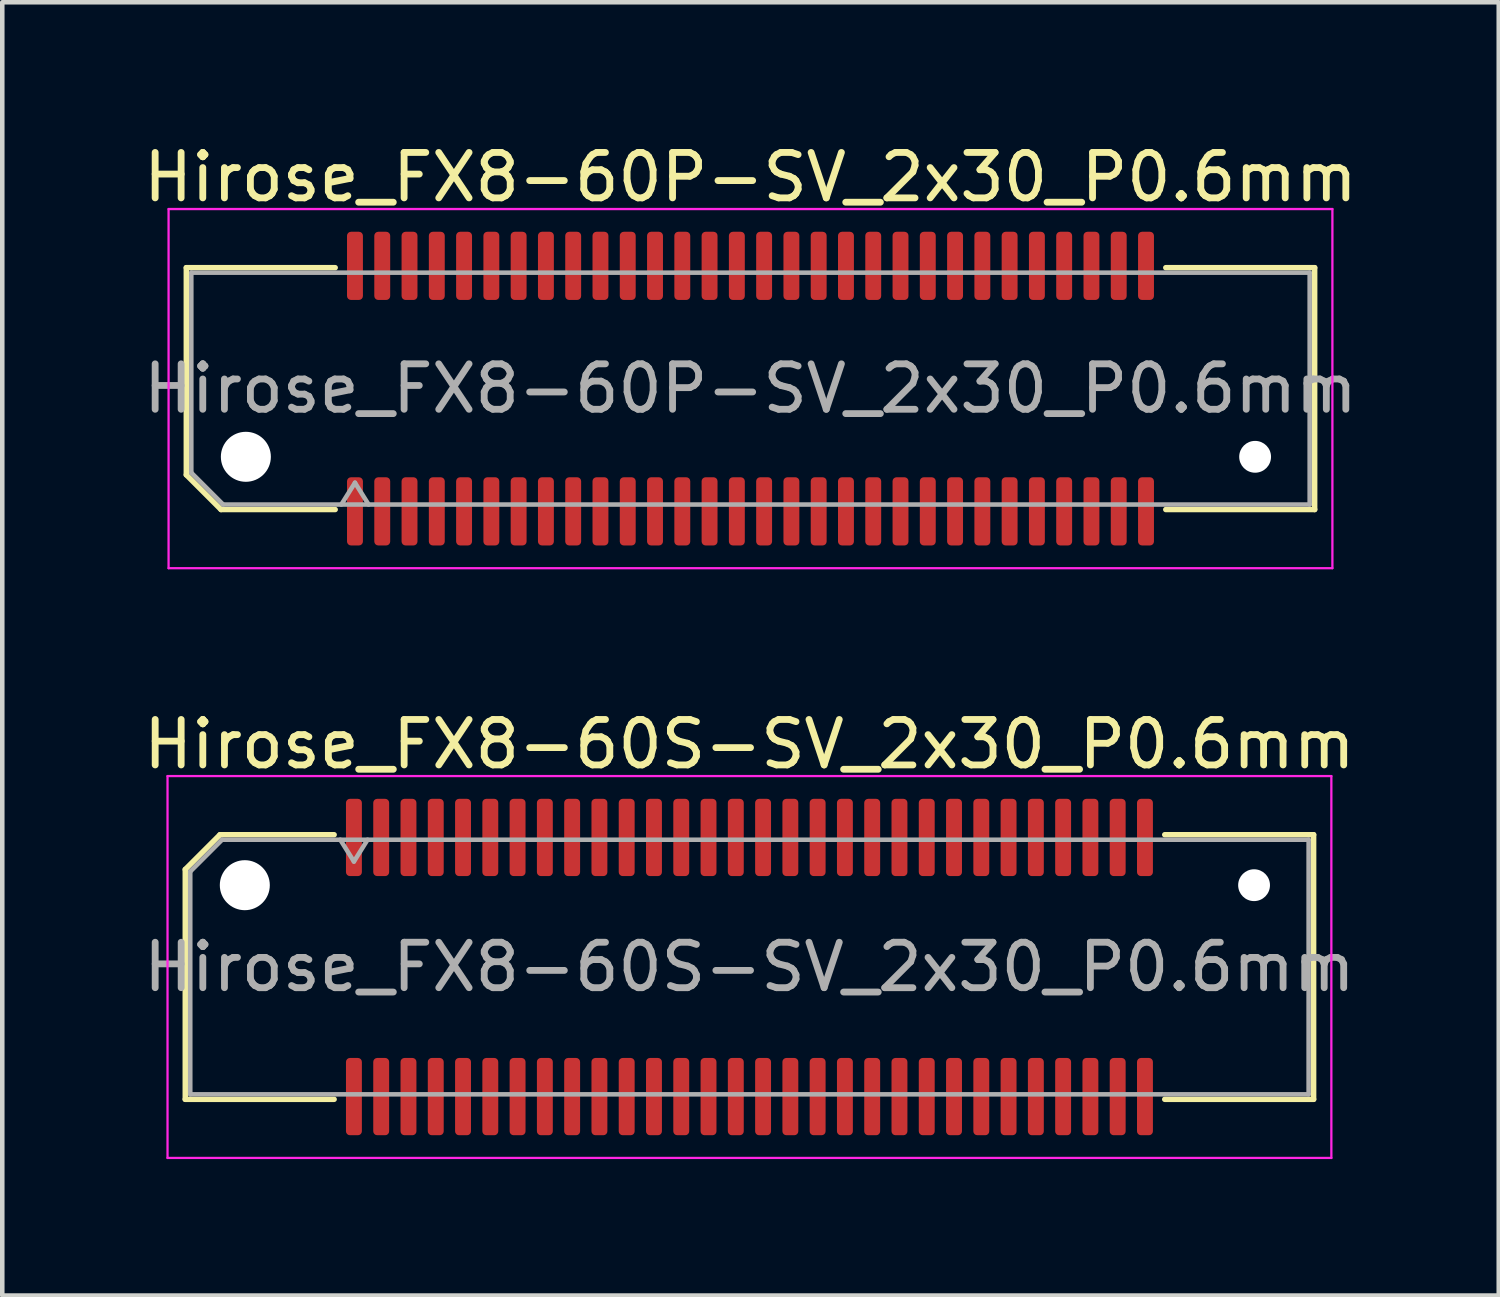
<source format=kicad_pcb>
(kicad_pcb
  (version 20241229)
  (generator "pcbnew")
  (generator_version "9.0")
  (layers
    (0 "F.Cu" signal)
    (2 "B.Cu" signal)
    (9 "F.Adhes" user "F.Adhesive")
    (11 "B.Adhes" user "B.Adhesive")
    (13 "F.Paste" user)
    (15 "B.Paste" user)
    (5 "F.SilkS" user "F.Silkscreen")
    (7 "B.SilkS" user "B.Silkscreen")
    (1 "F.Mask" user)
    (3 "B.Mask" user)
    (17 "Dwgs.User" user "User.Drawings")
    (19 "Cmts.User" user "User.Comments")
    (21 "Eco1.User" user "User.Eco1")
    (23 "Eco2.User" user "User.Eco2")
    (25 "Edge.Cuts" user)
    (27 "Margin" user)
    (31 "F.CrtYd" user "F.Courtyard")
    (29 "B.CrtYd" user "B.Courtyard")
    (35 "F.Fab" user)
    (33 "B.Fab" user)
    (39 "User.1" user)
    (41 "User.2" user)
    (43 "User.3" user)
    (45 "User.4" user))
  (footprint "Hirose_FX8-60S-SV_2x30_P0.6mm"
    (layer "F.Cu")
    (at 13.435 18.221)
    (property "Reference" "Hirose_FX8-60S-SV_2x30_P0.6mm" (at 0 -4.9 0) (layer "F.SilkS") (effects (font (size 1 1) (thickness 0.15))))
    (attr smd)
    (fp_line (start -12.41 -2.146) (end -11.646 -2.91) (stroke (width 0.12) (type solid)) (layer "F.SilkS"))
    (fp_line (start -12.41 2.91) (end -12.41 -2.146) (stroke (width 0.12) (type solid)) (layer "F.SilkS"))
    (fp_line (start -11.646 -2.91) (end -9.135 -2.91) (stroke (width 0.12) (type solid)) (layer "F.SilkS"))
    (fp_line (start -9.135 2.91) (end -12.41 2.91) (stroke (width 0.12) (type solid)) (layer "F.SilkS"))
    (fp_line (start 9.135 -2.91) (end 12.41 -2.91) (stroke (width 0.12) (type solid)) (layer "F.SilkS"))
    (fp_line (start 12.41 -2.91) (end 12.41 2.91) (stroke (width 0.12) (type solid)) (layer "F.SilkS"))
    (fp_line (start 12.41 2.91) (end 9.135 2.91) (stroke (width 0.12) (type solid)) (layer "F.SilkS"))
    (fp_line (start -12.8 -4.2) (end -12.8 4.2) (stroke (width 0.05) (type solid)) (layer "F.CrtYd"))
    (fp_line (start -12.8 4.2) (end 12.8 4.2) (stroke (width 0.05) (type solid)) (layer "F.CrtYd"))
    (fp_line (start 12.8 -4.2) (end -12.8 -4.2) (stroke (width 0.05) (type solid)) (layer "F.CrtYd"))
    (fp_line (start 12.8 4.2) (end 12.8 -4.2) (stroke (width 0.05) (type solid)) (layer "F.CrtYd"))
    (fp_line (start -12.3 -2.1) (end -11.6 -2.8) (stroke (width 0.1) (type solid)) (layer "F.Fab"))
    (fp_line (start -12.3 2.8) (end -12.3 -2.1) (stroke (width 0.1) (type solid)) (layer "F.Fab"))
    (fp_line (start -11.6 -2.8) (end 12.3 -2.8) (stroke (width 0.1) (type solid)) (layer "F.Fab"))
    (fp_line (start -9 -2.8) (end -8.7 -2.32) (stroke (width 0.1) (type solid)) (layer "F.Fab"))
    (fp_line (start -8.7 -2.32) (end -8.4 -2.8) (stroke (width 0.1) (type solid)) (layer "F.Fab"))
    (fp_line (start 12.3 -2.8) (end 12.3 2.8) (stroke (width 0.1) (type solid)) (layer "F.Fab"))
    (fp_line (start 12.3 2.8) (end -12.3 2.8) (stroke (width 0.1) (type solid)) (layer "F.Fab"))
    (fp_text user "${REFERENCE}" (at 0 0 0) (layer "F.Fab") (effects (font (size 1 1) (thickness 0.15))))
    (pad "" np_thru_hole circle (at -11.1 -1.8) (size 1.1 1.1) (drill 1.1) (layers "*.Cu" "*.Mask"))
    (pad "" np_thru_hole circle (at 11.1 -1.8) (size 0.7 0.7) (drill 0.7) (layers "*.Cu" "*.Mask"))
    (pad "1" smd roundrect (at -8.7 -2.85) (size 0.35 1.7) (layers "F.Cu" "F.Mask" "F.Paste") (roundrect_rratio 0.25))
    (pad "2" smd roundrect (at -8.7 2.85) (size 0.35 1.7) (layers "F.Cu" "F.Mask" "F.Paste") (roundrect_rratio 0.25))
    (pad "3" smd roundrect (at -8.1 -2.85) (size 0.35 1.7) (layers "F.Cu" "F.Mask" "F.Paste") (roundrect_rratio 0.25))
    (pad "4" smd roundrect (at -8.1 2.85) (size 0.35 1.7) (layers "F.Cu" "F.Mask" "F.Paste") (roundrect_rratio 0.25))
    (pad "5" smd roundrect (at -7.5 -2.85) (size 0.35 1.7) (layers "F.Cu" "F.Mask" "F.Paste") (roundrect_rratio 0.25))
    (pad "6" smd roundrect (at -7.5 2.85) (size 0.35 1.7) (layers "F.Cu" "F.Mask" "F.Paste") (roundrect_rratio 0.25))
    (pad "7" smd roundrect (at -6.9 -2.85) (size 0.35 1.7) (layers "F.Cu" "F.Mask" "F.Paste") (roundrect_rratio 0.25))
    (pad "8" smd roundrect (at -6.9 2.85) (size 0.35 1.7) (layers "F.Cu" "F.Mask" "F.Paste") (roundrect_rratio 0.25))
    (pad "9" smd roundrect (at -6.3 -2.85) (size 0.35 1.7) (layers "F.Cu" "F.Mask" "F.Paste") (roundrect_rratio 0.25))
    (pad "10" smd roundrect (at -6.3 2.85) (size 0.35 1.7) (layers "F.Cu" "F.Mask" "F.Paste") (roundrect_rratio 0.25))
    (pad "11" smd roundrect (at -5.7 -2.85) (size 0.35 1.7) (layers "F.Cu" "F.Mask" "F.Paste") (roundrect_rratio 0.25))
    (pad "12" smd roundrect (at -5.7 2.85) (size 0.35 1.7) (layers "F.Cu" "F.Mask" "F.Paste") (roundrect_rratio 0.25))
    (pad "13" smd roundrect (at -5.1 -2.85) (size 0.35 1.7) (layers "F.Cu" "F.Mask" "F.Paste") (roundrect_rratio 0.25))
    (pad "14" smd roundrect (at -5.1 2.85) (size 0.35 1.7) (layers "F.Cu" "F.Mask" "F.Paste") (roundrect_rratio 0.25))
    (pad "15" smd roundrect (at -4.5 -2.85) (size 0.35 1.7) (layers "F.Cu" "F.Mask" "F.Paste") (roundrect_rratio 0.25))
    (pad "16" smd roundrect (at -4.5 2.85) (size 0.35 1.7) (layers "F.Cu" "F.Mask" "F.Paste") (roundrect_rratio 0.25))
    (pad "17" smd roundrect (at -3.9 -2.85) (size 0.35 1.7) (layers "F.Cu" "F.Mask" "F.Paste") (roundrect_rratio 0.25))
    (pad "18" smd roundrect (at -3.9 2.85) (size 0.35 1.7) (layers "F.Cu" "F.Mask" "F.Paste") (roundrect_rratio 0.25))
    (pad "19" smd roundrect (at -3.3 -2.85) (size 0.35 1.7) (layers "F.Cu" "F.Mask" "F.Paste") (roundrect_rratio 0.25))
    (pad "20" smd roundrect (at -3.3 2.85) (size 0.35 1.7) (layers "F.Cu" "F.Mask" "F.Paste") (roundrect_rratio 0.25))
    (pad "21" smd roundrect (at -2.7 -2.85) (size 0.35 1.7) (layers "F.Cu" "F.Mask" "F.Paste") (roundrect_rratio 0.25))
    (pad "22" smd roundrect (at -2.7 2.85) (size 0.35 1.7) (layers "F.Cu" "F.Mask" "F.Paste") (roundrect_rratio 0.25))
    (pad "23" smd roundrect (at -2.1 -2.85) (size 0.35 1.7) (layers "F.Cu" "F.Mask" "F.Paste") (roundrect_rratio 0.25))
    (pad "24" smd roundrect (at -2.1 2.85) (size 0.35 1.7) (layers "F.Cu" "F.Mask" "F.Paste") (roundrect_rratio 0.25))
    (pad "25" smd roundrect (at -1.5 -2.85) (size 0.35 1.7) (layers "F.Cu" "F.Mask" "F.Paste") (roundrect_rratio 0.25))
    (pad "26" smd roundrect (at -1.5 2.85) (size 0.35 1.7) (layers "F.Cu" "F.Mask" "F.Paste") (roundrect_rratio 0.25))
    (pad "27" smd roundrect (at -0.9 -2.85) (size 0.35 1.7) (layers "F.Cu" "F.Mask" "F.Paste") (roundrect_rratio 0.25))
    (pad "28" smd roundrect (at -0.9 2.85) (size 0.35 1.7) (layers "F.Cu" "F.Mask" "F.Paste") (roundrect_rratio 0.25))
    (pad "29" smd roundrect (at -0.3 -2.85) (size 0.35 1.7) (layers "F.Cu" "F.Mask" "F.Paste") (roundrect_rratio 0.25))
    (pad "30" smd roundrect (at -0.3 2.85) (size 0.35 1.7) (layers "F.Cu" "F.Mask" "F.Paste") (roundrect_rratio 0.25))
    (pad "31" smd roundrect (at 0.3 -2.85) (size 0.35 1.7) (layers "F.Cu" "F.Mask" "F.Paste") (roundrect_rratio 0.25))
    (pad "32" smd roundrect (at 0.3 2.85) (size 0.35 1.7) (layers "F.Cu" "F.Mask" "F.Paste") (roundrect_rratio 0.25))
    (pad "33" smd roundrect (at 0.9 -2.85) (size 0.35 1.7) (layers "F.Cu" "F.Mask" "F.Paste") (roundrect_rratio 0.25))
    (pad "34" smd roundrect (at 0.9 2.85) (size 0.35 1.7) (layers "F.Cu" "F.Mask" "F.Paste") (roundrect_rratio 0.25))
    (pad "35" smd roundrect (at 1.5 -2.85) (size 0.35 1.7) (layers "F.Cu" "F.Mask" "F.Paste") (roundrect_rratio 0.25))
    (pad "36" smd roundrect (at 1.5 2.85) (size 0.35 1.7) (layers "F.Cu" "F.Mask" "F.Paste") (roundrect_rratio 0.25))
    (pad "37" smd roundrect (at 2.1 -2.85) (size 0.35 1.7) (layers "F.Cu" "F.Mask" "F.Paste") (roundrect_rratio 0.25))
    (pad "38" smd roundrect (at 2.1 2.85) (size 0.35 1.7) (layers "F.Cu" "F.Mask" "F.Paste") (roundrect_rratio 0.25))
    (pad "39" smd roundrect (at 2.7 -2.85) (size 0.35 1.7) (layers "F.Cu" "F.Mask" "F.Paste") (roundrect_rratio 0.25))
    (pad "40" smd roundrect (at 2.7 2.85) (size 0.35 1.7) (layers "F.Cu" "F.Mask" "F.Paste") (roundrect_rratio 0.25))
    (pad "41" smd roundrect (at 3.3 -2.85) (size 0.35 1.7) (layers "F.Cu" "F.Mask" "F.Paste") (roundrect_rratio 0.25))
    (pad "42" smd roundrect (at 3.3 2.85) (size 0.35 1.7) (layers "F.Cu" "F.Mask" "F.Paste") (roundrect_rratio 0.25))
    (pad "43" smd roundrect (at 3.9 -2.85) (size 0.35 1.7) (layers "F.Cu" "F.Mask" "F.Paste") (roundrect_rratio 0.25))
    (pad "44" smd roundrect (at 3.9 2.85) (size 0.35 1.7) (layers "F.Cu" "F.Mask" "F.Paste") (roundrect_rratio 0.25))
    (pad "45" smd roundrect (at 4.5 -2.85) (size 0.35 1.7) (layers "F.Cu" "F.Mask" "F.Paste") (roundrect_rratio 0.25))
    (pad "46" smd roundrect (at 4.5 2.85) (size 0.35 1.7) (layers "F.Cu" "F.Mask" "F.Paste") (roundrect_rratio 0.25))
    (pad "47" smd roundrect (at 5.1 -2.85) (size 0.35 1.7) (layers "F.Cu" "F.Mask" "F.Paste") (roundrect_rratio 0.25))
    (pad "48" smd roundrect (at 5.1 2.85) (size 0.35 1.7) (layers "F.Cu" "F.Mask" "F.Paste") (roundrect_rratio 0.25))
    (pad "49" smd roundrect (at 5.7 -2.85) (size 0.35 1.7) (layers "F.Cu" "F.Mask" "F.Paste") (roundrect_rratio 0.25))
    (pad "50" smd roundrect (at 5.7 2.85) (size 0.35 1.7) (layers "F.Cu" "F.Mask" "F.Paste") (roundrect_rratio 0.25))
    (pad "51" smd roundrect (at 6.3 -2.85) (size 0.35 1.7) (layers "F.Cu" "F.Mask" "F.Paste") (roundrect_rratio 0.25))
    (pad "52" smd roundrect (at 6.3 2.85) (size 0.35 1.7) (layers "F.Cu" "F.Mask" "F.Paste") (roundrect_rratio 0.25))
    (pad "53" smd roundrect (at 6.9 -2.85) (size 0.35 1.7) (layers "F.Cu" "F.Mask" "F.Paste") (roundrect_rratio 0.25))
    (pad "54" smd roundrect (at 6.9 2.85) (size 0.35 1.7) (layers "F.Cu" "F.Mask" "F.Paste") (roundrect_rratio 0.25))
    (pad "55" smd roundrect (at 7.5 -2.85) (size 0.35 1.7) (layers "F.Cu" "F.Mask" "F.Paste") (roundrect_rratio 0.25))
    (pad "56" smd roundrect (at 7.5 2.85) (size 0.35 1.7) (layers "F.Cu" "F.Mask" "F.Paste") (roundrect_rratio 0.25))
    (pad "57" smd roundrect (at 8.1 -2.85) (size 0.35 1.7) (layers "F.Cu" "F.Mask" "F.Paste") (roundrect_rratio 0.25))
    (pad "58" smd roundrect (at 8.1 2.85) (size 0.35 1.7) (layers "F.Cu" "F.Mask" "F.Paste") (roundrect_rratio 0.25))
    (pad "59" smd roundrect (at 8.7 -2.85) (size 0.35 1.7) (layers "F.Cu" "F.Mask" "F.Paste") (roundrect_rratio 0.25))
    (pad "60" smd roundrect (at 8.7 2.85) (size 0.35 1.7) (layers "F.Cu" "F.Mask" "F.Paste") (roundrect_rratio 0.25)))
  (footprint "Hirose_FX8-60P-SV_2x30_P0.6mm"
    (layer "F.Cu")
    (at 13.458 5.498)
    (property "Reference" "Hirose_FX8-60P-SV_2x30_P0.6mm" (at 0 -4.65 0) (layer "F.SilkS") (effects (font (size 1 1) (thickness 0.15))))
    (attr smd)
    (fp_line (start -12.41 -2.66) (end -9.135 -2.66) (stroke (width 0.12) (type solid)) (layer "F.SilkS"))
    (fp_line (start -12.41 1.896) (end -12.41 -2.66) (stroke (width 0.12) (type solid)) (layer "F.SilkS"))
    (fp_line (start -11.646 2.66) (end -12.41 1.896) (stroke (width 0.12) (type solid)) (layer "F.SilkS"))
    (fp_line (start -9.135 2.66) (end -11.646 2.66) (stroke (width 0.12) (type solid)) (layer "F.SilkS"))
    (fp_line (start 9.135 -2.66) (end 12.41 -2.66) (stroke (width 0.12) (type solid)) (layer "F.SilkS"))
    (fp_line (start 12.41 -2.66) (end 12.41 2.66) (stroke (width 0.12) (type solid)) (layer "F.SilkS"))
    (fp_line (start 12.41 2.66) (end 9.135 2.66) (stroke (width 0.12) (type solid)) (layer "F.SilkS"))
    (fp_line (start -12.8 -3.95) (end -12.8 3.95) (stroke (width 0.05) (type solid)) (layer "F.CrtYd"))
    (fp_line (start -12.8 3.95) (end 12.8 3.95) (stroke (width 0.05) (type solid)) (layer "F.CrtYd"))
    (fp_line (start 12.8 -3.95) (end -12.8 -3.95) (stroke (width 0.05) (type solid)) (layer "F.CrtYd"))
    (fp_line (start 12.8 3.95) (end 12.8 -3.95) (stroke (width 0.05) (type solid)) (layer "F.CrtYd"))
    (fp_line (start -12.3 -2.55) (end 12.3 -2.55) (stroke (width 0.1) (type solid)) (layer "F.Fab"))
    (fp_line (start -12.3 1.85) (end -12.3 -2.55) (stroke (width 0.1) (type solid)) (layer "F.Fab"))
    (fp_line (start -11.6 2.55) (end -12.3 1.85) (stroke (width 0.1) (type solid)) (layer "F.Fab"))
    (fp_line (start -9 2.55) (end -8.7 2.07) (stroke (width 0.1) (type solid)) (layer "F.Fab"))
    (fp_line (start -8.7 2.07) (end -8.4 2.55) (stroke (width 0.1) (type solid)) (layer "F.Fab"))
    (fp_line (start 12.3 -2.55) (end 12.3 2.55) (stroke (width 0.1) (type solid)) (layer "F.Fab"))
    (fp_line (start 12.3 2.55) (end -11.6 2.55) (stroke (width 0.1) (type solid)) (layer "F.Fab"))
    (fp_text user "${REFERENCE}" (at 0 0 0) (layer "F.Fab") (effects (font (size 1 1) (thickness 0.15))))
    (pad "" np_thru_hole circle (at -11.1 1.5) (size 1.1 1.1) (drill 1.1) (layers "*.Cu" "*.Mask"))
    (pad "" np_thru_hole circle (at 11.1 1.5) (size 0.7 0.7) (drill 0.7) (layers "*.Cu" "*.Mask"))
    (pad "1" smd roundrect (at -8.7 2.7) (size 0.35 1.5) (layers "F.Cu" "F.Mask" "F.Paste") (roundrect_rratio 0.25))
    (pad "2" smd roundrect (at -8.7 -2.7) (size 0.35 1.5) (layers "F.Cu" "F.Mask" "F.Paste") (roundrect_rratio 0.25))
    (pad "3" smd roundrect (at -8.1 2.7) (size 0.35 1.5) (layers "F.Cu" "F.Mask" "F.Paste") (roundrect_rratio 0.25))
    (pad "4" smd roundrect (at -8.1 -2.7) (size 0.35 1.5) (layers "F.Cu" "F.Mask" "F.Paste") (roundrect_rratio 0.25))
    (pad "5" smd roundrect (at -7.5 2.7) (size 0.35 1.5) (layers "F.Cu" "F.Mask" "F.Paste") (roundrect_rratio 0.25))
    (pad "6" smd roundrect (at -7.5 -2.7) (size 0.35 1.5) (layers "F.Cu" "F.Mask" "F.Paste") (roundrect_rratio 0.25))
    (pad "7" smd roundrect (at -6.9 2.7) (size 0.35 1.5) (layers "F.Cu" "F.Mask" "F.Paste") (roundrect_rratio 0.25))
    (pad "8" smd roundrect (at -6.9 -2.7) (size 0.35 1.5) (layers "F.Cu" "F.Mask" "F.Paste") (roundrect_rratio 0.25))
    (pad "9" smd roundrect (at -6.3 2.7) (size 0.35 1.5) (layers "F.Cu" "F.Mask" "F.Paste") (roundrect_rratio 0.25))
    (pad "10" smd roundrect (at -6.3 -2.7) (size 0.35 1.5) (layers "F.Cu" "F.Mask" "F.Paste") (roundrect_rratio 0.25))
    (pad "11" smd roundrect (at -5.7 2.7) (size 0.35 1.5) (layers "F.Cu" "F.Mask" "F.Paste") (roundrect_rratio 0.25))
    (pad "12" smd roundrect (at -5.7 -2.7) (size 0.35 1.5) (layers "F.Cu" "F.Mask" "F.Paste") (roundrect_rratio 0.25))
    (pad "13" smd roundrect (at -5.1 2.7) (size 0.35 1.5) (layers "F.Cu" "F.Mask" "F.Paste") (roundrect_rratio 0.25))
    (pad "14" smd roundrect (at -5.1 -2.7) (size 0.35 1.5) (layers "F.Cu" "F.Mask" "F.Paste") (roundrect_rratio 0.25))
    (pad "15" smd roundrect (at -4.5 2.7) (size 0.35 1.5) (layers "F.Cu" "F.Mask" "F.Paste") (roundrect_rratio 0.25))
    (pad "16" smd roundrect (at -4.5 -2.7) (size 0.35 1.5) (layers "F.Cu" "F.Mask" "F.Paste") (roundrect_rratio 0.25))
    (pad "17" smd roundrect (at -3.9 2.7) (size 0.35 1.5) (layers "F.Cu" "F.Mask" "F.Paste") (roundrect_rratio 0.25))
    (pad "18" smd roundrect (at -3.9 -2.7) (size 0.35 1.5) (layers "F.Cu" "F.Mask" "F.Paste") (roundrect_rratio 0.25))
    (pad "19" smd roundrect (at -3.3 2.7) (size 0.35 1.5) (layers "F.Cu" "F.Mask" "F.Paste") (roundrect_rratio 0.25))
    (pad "20" smd roundrect (at -3.3 -2.7) (size 0.35 1.5) (layers "F.Cu" "F.Mask" "F.Paste") (roundrect_rratio 0.25))
    (pad "21" smd roundrect (at -2.7 2.7) (size 0.35 1.5) (layers "F.Cu" "F.Mask" "F.Paste") (roundrect_rratio 0.25))
    (pad "22" smd roundrect (at -2.7 -2.7) (size 0.35 1.5) (layers "F.Cu" "F.Mask" "F.Paste") (roundrect_rratio 0.25))
    (pad "23" smd roundrect (at -2.1 2.7) (size 0.35 1.5) (layers "F.Cu" "F.Mask" "F.Paste") (roundrect_rratio 0.25))
    (pad "24" smd roundrect (at -2.1 -2.7) (size 0.35 1.5) (layers "F.Cu" "F.Mask" "F.Paste") (roundrect_rratio 0.25))
    (pad "25" smd roundrect (at -1.5 2.7) (size 0.35 1.5) (layers "F.Cu" "F.Mask" "F.Paste") (roundrect_rratio 0.25))
    (pad "26" smd roundrect (at -1.5 -2.7) (size 0.35 1.5) (layers "F.Cu" "F.Mask" "F.Paste") (roundrect_rratio 0.25))
    (pad "27" smd roundrect (at -0.9 2.7) (size 0.35 1.5) (layers "F.Cu" "F.Mask" "F.Paste") (roundrect_rratio 0.25))
    (pad "28" smd roundrect (at -0.9 -2.7) (size 0.35 1.5) (layers "F.Cu" "F.Mask" "F.Paste") (roundrect_rratio 0.25))
    (pad "29" smd roundrect (at -0.3 2.7) (size 0.35 1.5) (layers "F.Cu" "F.Mask" "F.Paste") (roundrect_rratio 0.25))
    (pad "30" smd roundrect (at -0.3 -2.7) (size 0.35 1.5) (layers "F.Cu" "F.Mask" "F.Paste") (roundrect_rratio 0.25))
    (pad "31" smd roundrect (at 0.3 2.7) (size 0.35 1.5) (layers "F.Cu" "F.Mask" "F.Paste") (roundrect_rratio 0.25))
    (pad "32" smd roundrect (at 0.3 -2.7) (size 0.35 1.5) (layers "F.Cu" "F.Mask" "F.Paste") (roundrect_rratio 0.25))
    (pad "33" smd roundrect (at 0.9 2.7) (size 0.35 1.5) (layers "F.Cu" "F.Mask" "F.Paste") (roundrect_rratio 0.25))
    (pad "34" smd roundrect (at 0.9 -2.7) (size 0.35 1.5) (layers "F.Cu" "F.Mask" "F.Paste") (roundrect_rratio 0.25))
    (pad "35" smd roundrect (at 1.5 2.7) (size 0.35 1.5) (layers "F.Cu" "F.Mask" "F.Paste") (roundrect_rratio 0.25))
    (pad "36" smd roundrect (at 1.5 -2.7) (size 0.35 1.5) (layers "F.Cu" "F.Mask" "F.Paste") (roundrect_rratio 0.25))
    (pad "37" smd roundrect (at 2.1 2.7) (size 0.35 1.5) (layers "F.Cu" "F.Mask" "F.Paste") (roundrect_rratio 0.25))
    (pad "38" smd roundrect (at 2.1 -2.7) (size 0.35 1.5) (layers "F.Cu" "F.Mask" "F.Paste") (roundrect_rratio 0.25))
    (pad "39" smd roundrect (at 2.7 2.7) (size 0.35 1.5) (layers "F.Cu" "F.Mask" "F.Paste") (roundrect_rratio 0.25))
    (pad "40" smd roundrect (at 2.7 -2.7) (size 0.35 1.5) (layers "F.Cu" "F.Mask" "F.Paste") (roundrect_rratio 0.25))
    (pad "41" smd roundrect (at 3.3 2.7) (size 0.35 1.5) (layers "F.Cu" "F.Mask" "F.Paste") (roundrect_rratio 0.25))
    (pad "42" smd roundrect (at 3.3 -2.7) (size 0.35 1.5) (layers "F.Cu" "F.Mask" "F.Paste") (roundrect_rratio 0.25))
    (pad "43" smd roundrect (at 3.9 2.7) (size 0.35 1.5) (layers "F.Cu" "F.Mask" "F.Paste") (roundrect_rratio 0.25))
    (pad "44" smd roundrect (at 3.9 -2.7) (size 0.35 1.5) (layers "F.Cu" "F.Mask" "F.Paste") (roundrect_rratio 0.25))
    (pad "45" smd roundrect (at 4.5 2.7) (size 0.35 1.5) (layers "F.Cu" "F.Mask" "F.Paste") (roundrect_rratio 0.25))
    (pad "46" smd roundrect (at 4.5 -2.7) (size 0.35 1.5) (layers "F.Cu" "F.Mask" "F.Paste") (roundrect_rratio 0.25))
    (pad "47" smd roundrect (at 5.1 2.7) (size 0.35 1.5) (layers "F.Cu" "F.Mask" "F.Paste") (roundrect_rratio 0.25))
    (pad "48" smd roundrect (at 5.1 -2.7) (size 0.35 1.5) (layers "F.Cu" "F.Mask" "F.Paste") (roundrect_rratio 0.25))
    (pad "49" smd roundrect (at 5.7 2.7) (size 0.35 1.5) (layers "F.Cu" "F.Mask" "F.Paste") (roundrect_rratio 0.25))
    (pad "50" smd roundrect (at 5.7 -2.7) (size 0.35 1.5) (layers "F.Cu" "F.Mask" "F.Paste") (roundrect_rratio 0.25))
    (pad "51" smd roundrect (at 6.3 2.7) (size 0.35 1.5) (layers "F.Cu" "F.Mask" "F.Paste") (roundrect_rratio 0.25))
    (pad "52" smd roundrect (at 6.3 -2.7) (size 0.35 1.5) (layers "F.Cu" "F.Mask" "F.Paste") (roundrect_rratio 0.25))
    (pad "53" smd roundrect (at 6.9 2.7) (size 0.35 1.5) (layers "F.Cu" "F.Mask" "F.Paste") (roundrect_rratio 0.25))
    (pad "54" smd roundrect (at 6.9 -2.7) (size 0.35 1.5) (layers "F.Cu" "F.Mask" "F.Paste") (roundrect_rratio 0.25))
    (pad "55" smd roundrect (at 7.5 2.7) (size 0.35 1.5) (layers "F.Cu" "F.Mask" "F.Paste") (roundrect_rratio 0.25))
    (pad "56" smd roundrect (at 7.5 -2.7) (size 0.35 1.5) (layers "F.Cu" "F.Mask" "F.Paste") (roundrect_rratio 0.25))
    (pad "57" smd roundrect (at 8.1 2.7) (size 0.35 1.5) (layers "F.Cu" "F.Mask" "F.Paste") (roundrect_rratio 0.25))
    (pad "58" smd roundrect (at 8.1 -2.7) (size 0.35 1.5) (layers "F.Cu" "F.Mask" "F.Paste") (roundrect_rratio 0.25))
    (pad "59" smd roundrect (at 8.7 2.7) (size 0.35 1.5) (layers "F.Cu" "F.Mask" "F.Paste") (roundrect_rratio 0.25))
    (pad "60" smd roundrect (at 8.7 -2.7) (size 0.35 1.5) (layers "F.Cu" "F.Mask" "F.Paste") (roundrect_rratio 0.25)))
  (gr_rect
    (start -3 -3)
    (end 29.917 25.447)
    (stroke (width 0.1) (type default))
    (fill no)
    (layer "Edge.Cuts")))
</source>
